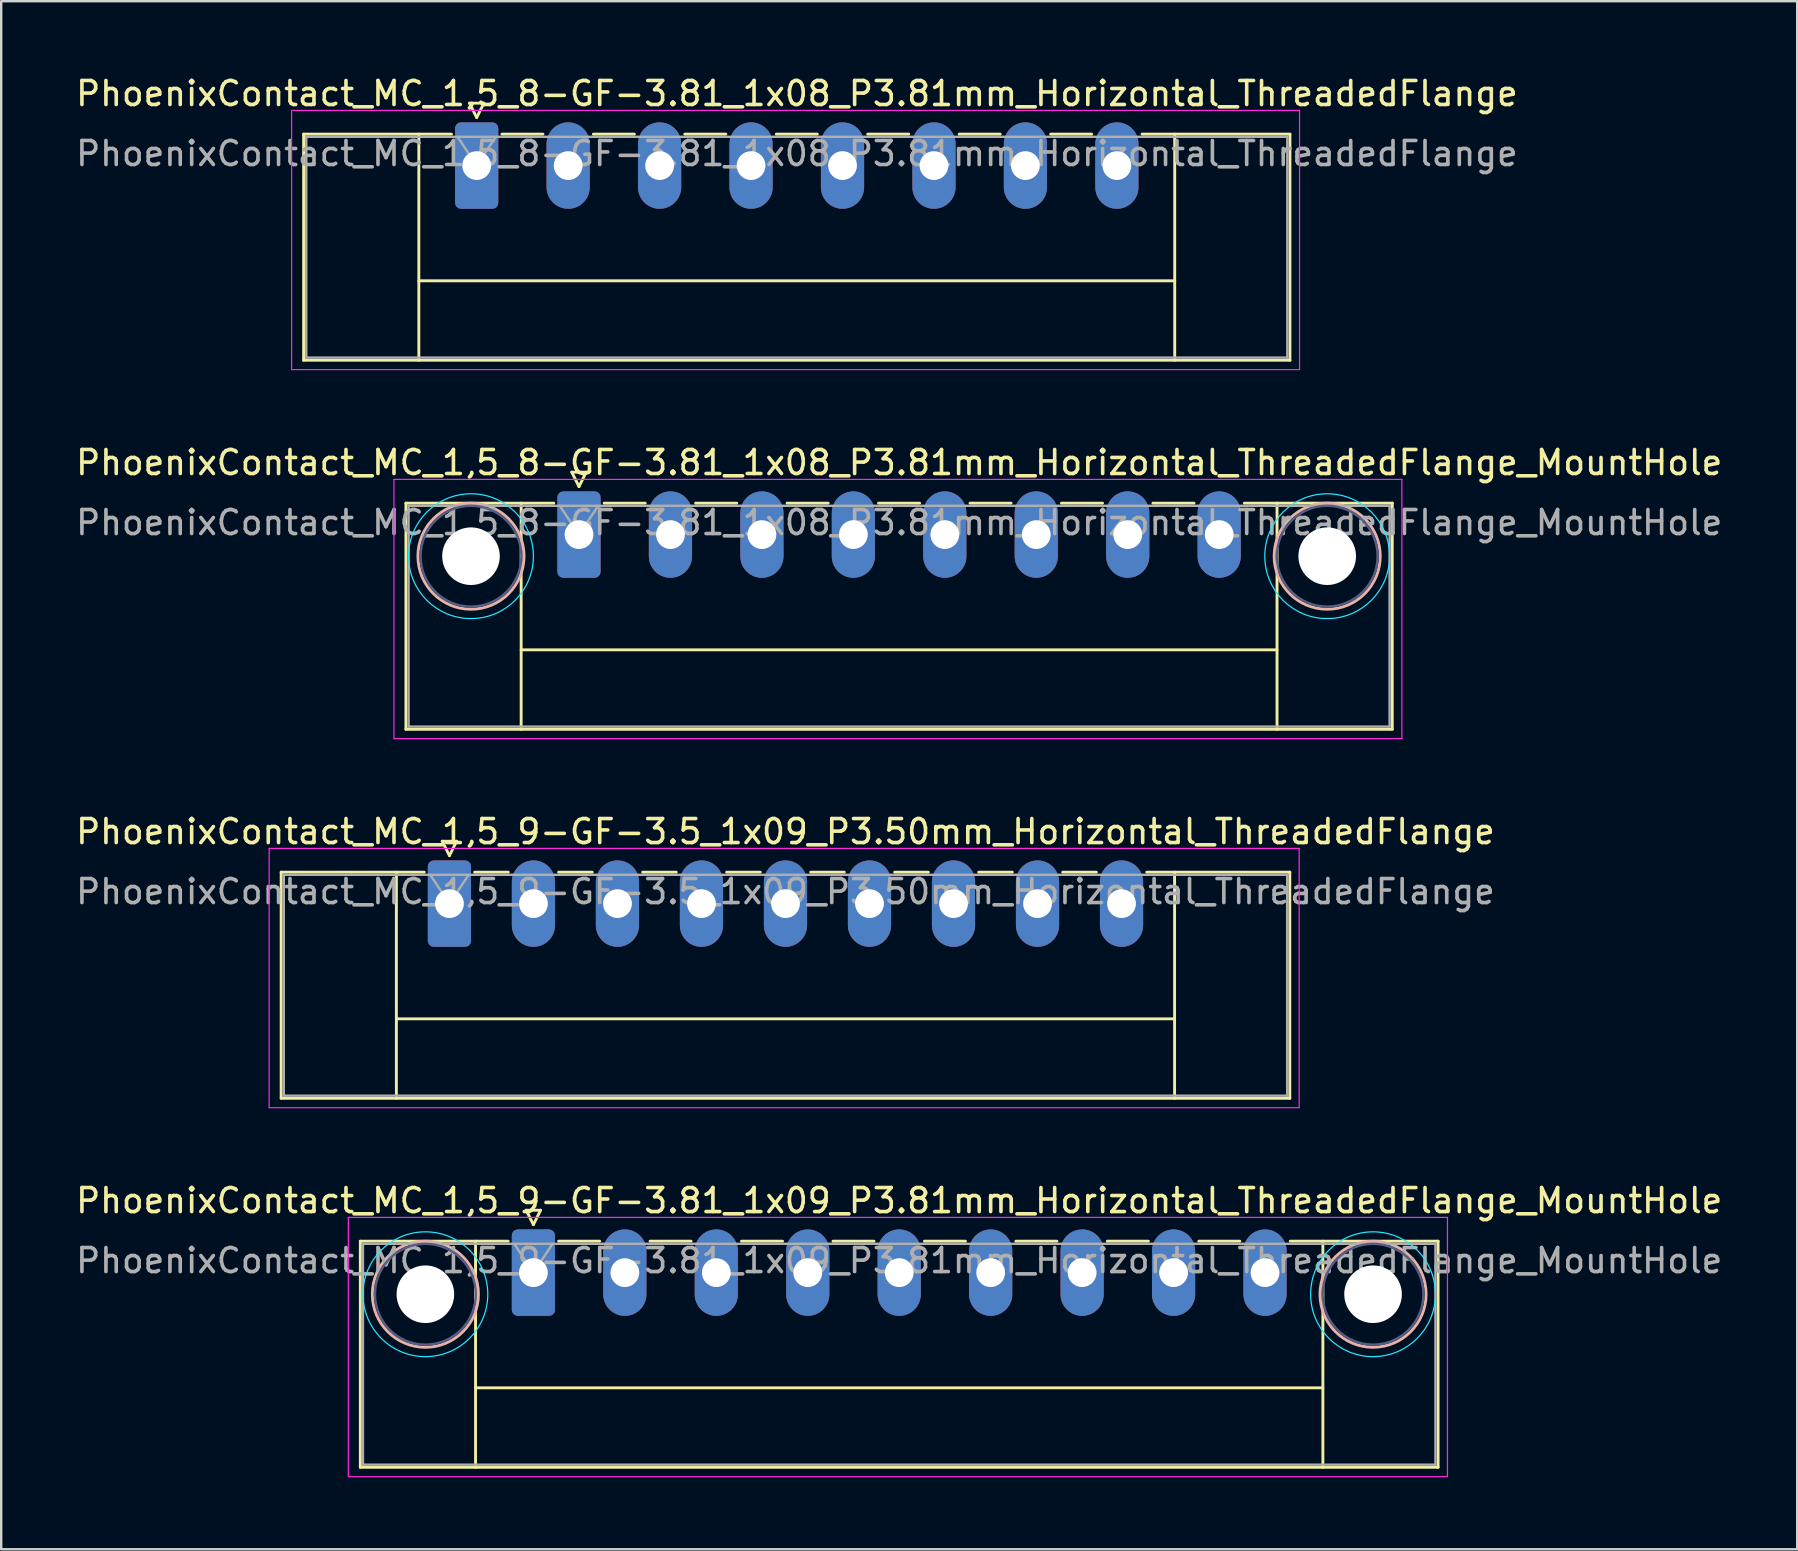
<source format=kicad_pcb>
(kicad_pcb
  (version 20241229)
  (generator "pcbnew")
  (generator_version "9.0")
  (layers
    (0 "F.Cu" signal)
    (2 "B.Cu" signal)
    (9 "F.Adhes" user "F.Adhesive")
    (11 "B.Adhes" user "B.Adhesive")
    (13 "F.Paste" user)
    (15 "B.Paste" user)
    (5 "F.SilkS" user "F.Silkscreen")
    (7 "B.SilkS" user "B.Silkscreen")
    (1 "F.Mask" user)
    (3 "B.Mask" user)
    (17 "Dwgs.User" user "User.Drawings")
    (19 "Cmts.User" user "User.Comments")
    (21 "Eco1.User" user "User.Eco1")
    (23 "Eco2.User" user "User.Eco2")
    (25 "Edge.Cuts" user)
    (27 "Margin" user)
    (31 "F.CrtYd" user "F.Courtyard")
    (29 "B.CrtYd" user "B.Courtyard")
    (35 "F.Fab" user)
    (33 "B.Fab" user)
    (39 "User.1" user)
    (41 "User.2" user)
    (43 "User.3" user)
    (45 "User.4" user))
  (footprint "PhoenixContact_MC_1,5_9-GF-3.81_1x09_P3.81mm_Horizontal_ThreadedFlange_MountHole"
    (layer "F.Cu")
    (at 19.171 49.968)
    (property "Reference" "PhoenixContact_MC_1,5_9-GF-3.81_1x09_P3.81mm_Horizontal_ThreadedFlange_MountHole" (at 15.24 -3 0) (layer "F.SilkS") (effects (font (size 1 1) (thickness 0.15))))
    (attr through_hole)
    (fp_line (start -7.21 -1.31) (end -7.21 8.11) (stroke (width 0.12) (type solid)) (layer "F.SilkS"))
    (fp_line (start -7.21 -1.31) (end -1.05 -1.31) (stroke (width 0.12) (type solid)) (layer "F.SilkS"))
    (fp_line (start -7.21 8.11) (end 37.69 8.11) (stroke (width 0.12) (type solid)) (layer "F.SilkS"))
    (fp_line (start -2.41 -1.31) (end -2.41 8.11) (stroke (width 0.12) (type solid)) (layer "F.SilkS"))
    (fp_line (start -2.41 4.8) (end 32.89 4.8) (stroke (width 0.12) (type solid)) (layer "F.SilkS"))
    (fp_line (start -0.3 -2.6) (end 0.3 -2.6) (stroke (width 0.12) (type solid)) (layer "F.SilkS"))
    (fp_line (start 0 -2) (end -0.3 -2.6) (stroke (width 0.12) (type solid)) (layer "F.SilkS"))
    (fp_line (start 0.3 -2.6) (end 0 -2) (stroke (width 0.12) (type solid)) (layer "F.SilkS"))
    (fp_line (start 1.05 -1.31) (end 2.76 -1.31) (stroke (width 0.12) (type solid)) (layer "F.SilkS"))
    (fp_line (start 4.86 -1.31) (end 6.57 -1.31) (stroke (width 0.12) (type solid)) (layer "F.SilkS"))
    (fp_line (start 8.67 -1.31) (end 10.38 -1.31) (stroke (width 0.12) (type solid)) (layer "F.SilkS"))
    (fp_line (start 12.48 -1.31) (end 14.19 -1.31) (stroke (width 0.12) (type solid)) (layer "F.SilkS"))
    (fp_line (start 16.29 -1.31) (end 18 -1.31) (stroke (width 0.12) (type solid)) (layer "F.SilkS"))
    (fp_line (start 20.1 -1.31) (end 21.81 -1.31) (stroke (width 0.12) (type solid)) (layer "F.SilkS"))
    (fp_line (start 23.91 -1.31) (end 25.62 -1.31) (stroke (width 0.12) (type solid)) (layer "F.SilkS"))
    (fp_line (start 27.72 -1.31) (end 29.43 -1.31) (stroke (width 0.12) (type solid)) (layer "F.SilkS"))
    (fp_line (start 32.89 -1.31) (end 32.89 8.11) (stroke (width 0.12) (type solid)) (layer "F.SilkS"))
    (fp_line (start 37.69 -1.31) (end 31.53 -1.31) (stroke (width 0.12) (type solid)) (layer "F.SilkS"))
    (fp_line (start 37.69 8.11) (end 37.69 -1.31) (stroke (width 0.12) (type solid)) (layer "F.SilkS"))
    (fp_circle (center -4.5 0.9) (end -2.29 0.9) (stroke (width 0.12) (type solid)) (fill no) (layer "B.SilkS"))
    (fp_circle (center 34.98 0.9) (end 37.19 0.9) (stroke (width 0.12) (type solid)) (fill no) (layer "B.SilkS"))
    (fp_circle (center -4.5 0.9) (end -1.9 0.9) (stroke (width 0.05) (type solid)) (fill no) (layer "B.CrtYd"))
    (fp_circle (center 34.98 0.9) (end 37.58 0.9) (stroke (width 0.05) (type solid)) (fill no) (layer "B.CrtYd"))
    (fp_line (start -7.71 -2.3) (end -7.71 8.5) (stroke (width 0.05) (type solid)) (layer "F.CrtYd"))
    (fp_line (start -7.71 8.5) (end 38.08 8.5) (stroke (width 0.05) (type solid)) (layer "F.CrtYd"))
    (fp_line (start 38.08 -2.3) (end -7.71 -2.3) (stroke (width 0.05) (type solid)) (layer "F.CrtYd"))
    (fp_line (start 38.08 8.5) (end 38.08 -2.3) (stroke (width 0.05) (type solid)) (layer "F.CrtYd"))
    (fp_circle (center -4.5 0.9) (end -2.4 0.9) (stroke (width 0.1) (type solid)) (fill no) (layer "B.Fab"))
    (fp_circle (center 34.98 0.9) (end 37.08 0.9) (stroke (width 0.1) (type solid)) (fill no) (layer "B.Fab"))
    (fp_line (start -7.1 -1.2) (end -7.1 8) (stroke (width 0.1) (type solid)) (layer "F.Fab"))
    (fp_line (start -7.1 8) (end 37.58 8) (stroke (width 0.1) (type solid)) (layer "F.Fab"))
    (fp_line (start 0 0) (end -0.8 -1.2) (stroke (width 0.1) (type solid)) (layer "F.Fab"))
    (fp_line (start 0.8 -1.2) (end 0 0) (stroke (width 0.1) (type solid)) (layer "F.Fab"))
    (fp_line (start 37.58 -1.2) (end -7.1 -1.2) (stroke (width 0.1) (type solid)) (layer "F.Fab"))
    (fp_line (start 37.58 8) (end 37.58 -1.2) (stroke (width 0.1) (type solid)) (layer "F.Fab"))
    (fp_text user "${REFERENCE}" (at 15.24 -0.5 0) (layer "F.Fab") (effects (font (size 1 1) (thickness 0.15))))
    (pad "" np_thru_hole circle (at -4.5 0.9) (size 2.4 2.4) (drill 2.4) (layers "*.Cu" "*.Mask"))
    (pad "" np_thru_hole circle (at 34.98 0.9) (size 2.4 2.4) (drill 2.4) (layers "*.Cu" "*.Mask"))
    (pad "1" thru_hole roundrect (at 0 0) (size 1.8 3.6) (drill 1.2) (layers "*.Cu" "*.Mask") (roundrect_rratio 0.139))
    (pad "2" thru_hole oval (at 3.81 0) (size 1.8 3.6) (drill 1.2) (layers "*.Cu" "*.Mask"))
    (pad "3" thru_hole oval (at 7.62 0) (size 1.8 3.6) (drill 1.2) (layers "*.Cu" "*.Mask"))
    (pad "4" thru_hole oval (at 11.43 0) (size 1.8 3.6) (drill 1.2) (layers "*.Cu" "*.Mask"))
    (pad "5" thru_hole oval (at 15.24 0) (size 1.8 3.6) (drill 1.2) (layers "*.Cu" "*.Mask"))
    (pad "6" thru_hole oval (at 19.05 0) (size 1.8 3.6) (drill 1.2) (layers "*.Cu" "*.Mask"))
    (pad "7" thru_hole oval (at 22.86 0) (size 1.8 3.6) (drill 1.2) (layers "*.Cu" "*.Mask"))
    (pad "8" thru_hole oval (at 26.67 0) (size 1.8 3.6) (drill 1.2) (layers "*.Cu" "*.Mask"))
    (pad "9" thru_hole oval (at 30.48 0) (size 1.8 3.6) (drill 1.2) (layers "*.Cu" "*.Mask")))
  (footprint "PhoenixContact_MC_1,5_9-GF-3.5_1x09_P3.50mm_Horizontal_ThreadedFlange"
    (layer "F.Cu")
    (at 15.673 34.595)
    (property "Reference" "PhoenixContact_MC_1,5_9-GF-3.5_1x09_P3.50mm_Horizontal_ThreadedFlange" (at 14 -3 0) (layer "F.SilkS") (effects (font (size 1 1) (thickness 0.15))))
    (attr through_hole)
    (fp_line (start -7.01 -1.31) (end -7.01 8.11) (stroke (width 0.12) (type solid)) (layer "F.SilkS"))
    (fp_line (start -7.01 -1.31) (end -1.05 -1.31) (stroke (width 0.12) (type solid)) (layer "F.SilkS"))
    (fp_line (start -7.01 8.11) (end 35.01 8.11) (stroke (width 0.12) (type solid)) (layer "F.SilkS"))
    (fp_line (start -2.21 -1.31) (end -2.21 8.11) (stroke (width 0.12) (type solid)) (layer "F.SilkS"))
    (fp_line (start -2.21 4.8) (end 30.21 4.8) (stroke (width 0.12) (type solid)) (layer "F.SilkS"))
    (fp_line (start -0.3 -2.6) (end 0.3 -2.6) (stroke (width 0.12) (type solid)) (layer "F.SilkS"))
    (fp_line (start 0 -2) (end -0.3 -2.6) (stroke (width 0.12) (type solid)) (layer "F.SilkS"))
    (fp_line (start 0.3 -2.6) (end 0 -2) (stroke (width 0.12) (type solid)) (layer "F.SilkS"))
    (fp_line (start 1.05 -1.31) (end 2.45 -1.31) (stroke (width 0.12) (type solid)) (layer "F.SilkS"))
    (fp_line (start 4.55 -1.31) (end 5.95 -1.31) (stroke (width 0.12) (type solid)) (layer "F.SilkS"))
    (fp_line (start 8.05 -1.31) (end 9.45 -1.31) (stroke (width 0.12) (type solid)) (layer "F.SilkS"))
    (fp_line (start 11.55 -1.31) (end 12.95 -1.31) (stroke (width 0.12) (type solid)) (layer "F.SilkS"))
    (fp_line (start 15.05 -1.31) (end 16.45 -1.31) (stroke (width 0.12) (type solid)) (layer "F.SilkS"))
    (fp_line (start 18.55 -1.31) (end 19.95 -1.31) (stroke (width 0.12) (type solid)) (layer "F.SilkS"))
    (fp_line (start 22.05 -1.31) (end 23.45 -1.31) (stroke (width 0.12) (type solid)) (layer "F.SilkS"))
    (fp_line (start 25.55 -1.31) (end 26.95 -1.31) (stroke (width 0.12) (type solid)) (layer "F.SilkS"))
    (fp_line (start 30.21 -1.31) (end 30.21 8.11) (stroke (width 0.12) (type solid)) (layer "F.SilkS"))
    (fp_line (start 35.01 -1.31) (end 29.05 -1.31) (stroke (width 0.12) (type solid)) (layer "F.SilkS"))
    (fp_line (start 35.01 8.11) (end 35.01 -1.31) (stroke (width 0.12) (type solid)) (layer "F.SilkS"))
    (fp_line (start -7.51 -2.3) (end -7.51 8.5) (stroke (width 0.05) (type solid)) (layer "F.CrtYd"))
    (fp_line (start -7.51 8.5) (end 35.4 8.5) (stroke (width 0.05) (type solid)) (layer "F.CrtYd"))
    (fp_line (start 35.4 -2.3) (end -7.51 -2.3) (stroke (width 0.05) (type solid)) (layer "F.CrtYd"))
    (fp_line (start 35.4 8.5) (end 35.4 -2.3) (stroke (width 0.05) (type solid)) (layer "F.CrtYd"))
    (fp_line (start -6.9 -1.2) (end -6.9 8) (stroke (width 0.1) (type solid)) (layer "F.Fab"))
    (fp_line (start -6.9 8) (end 34.9 8) (stroke (width 0.1) (type solid)) (layer "F.Fab"))
    (fp_line (start 0 0) (end -0.8 -1.2) (stroke (width 0.1) (type solid)) (layer "F.Fab"))
    (fp_line (start 0.8 -1.2) (end 0 0) (stroke (width 0.1) (type solid)) (layer "F.Fab"))
    (fp_line (start 34.9 -1.2) (end -6.9 -1.2) (stroke (width 0.1) (type solid)) (layer "F.Fab"))
    (fp_line (start 34.9 8) (end 34.9 -1.2) (stroke (width 0.1) (type solid)) (layer "F.Fab"))
    (fp_text user "${REFERENCE}" (at 14 -0.5 0) (layer "F.Fab") (effects (font (size 1 1) (thickness 0.15))))
    (pad "1" thru_hole roundrect (at 0 0) (size 1.8 3.6) (drill 1.2) (layers "*.Cu" "*.Mask") (roundrect_rratio 0.139))
    (pad "2" thru_hole oval (at 3.5 0) (size 1.8 3.6) (drill 1.2) (layers "*.Cu" "*.Mask"))
    (pad "3" thru_hole oval (at 7 0) (size 1.8 3.6) (drill 1.2) (layers "*.Cu" "*.Mask"))
    (pad "4" thru_hole oval (at 10.5 0) (size 1.8 3.6) (drill 1.2) (layers "*.Cu" "*.Mask"))
    (pad "5" thru_hole oval (at 14 0) (size 1.8 3.6) (drill 1.2) (layers "*.Cu" "*.Mask"))
    (pad "6" thru_hole oval (at 17.5 0) (size 1.8 3.6) (drill 1.2) (layers "*.Cu" "*.Mask"))
    (pad "7" thru_hole oval (at 21 0) (size 1.8 3.6) (drill 1.2) (layers "*.Cu" "*.Mask"))
    (pad "8" thru_hole oval (at 24.5 0) (size 1.8 3.6) (drill 1.2) (layers "*.Cu" "*.Mask"))
    (pad "9" thru_hole oval (at 28 0) (size 1.8 3.6) (drill 1.2) (layers "*.Cu" "*.Mask")))
  (footprint "PhoenixContact_MC_1,5_8-GF-3.81_1x08_P3.81mm_Horizontal_ThreadedFlange_MountHole"
    (layer "F.Cu")
    (at 21.071 19.221)
    (property "Reference" "PhoenixContact_MC_1,5_8-GF-3.81_1x08_P3.81mm_Horizontal_ThreadedFlange_MountHole" (at 13.34 -3 0) (layer "F.SilkS") (effects (font (size 1 1) (thickness 0.15))))
    (attr through_hole)
    (fp_line (start -7.21 -1.31) (end -7.21 8.11) (stroke (width 0.12) (type solid)) (layer "F.SilkS"))
    (fp_line (start -7.21 -1.31) (end -1.05 -1.31) (stroke (width 0.12) (type solid)) (layer "F.SilkS"))
    (fp_line (start -7.21 8.11) (end 33.88 8.11) (stroke (width 0.12) (type solid)) (layer "F.SilkS"))
    (fp_line (start -2.41 -1.31) (end -2.41 8.11) (stroke (width 0.12) (type solid)) (layer "F.SilkS"))
    (fp_line (start -2.41 4.8) (end 29.08 4.8) (stroke (width 0.12) (type solid)) (layer "F.SilkS"))
    (fp_line (start -0.3 -2.6) (end 0.3 -2.6) (stroke (width 0.12) (type solid)) (layer "F.SilkS"))
    (fp_line (start 0 -2) (end -0.3 -2.6) (stroke (width 0.12) (type solid)) (layer "F.SilkS"))
    (fp_line (start 0.3 -2.6) (end 0 -2) (stroke (width 0.12) (type solid)) (layer "F.SilkS"))
    (fp_line (start 1.05 -1.31) (end 2.76 -1.31) (stroke (width 0.12) (type solid)) (layer "F.SilkS"))
    (fp_line (start 4.86 -1.31) (end 6.57 -1.31) (stroke (width 0.12) (type solid)) (layer "F.SilkS"))
    (fp_line (start 8.67 -1.31) (end 10.38 -1.31) (stroke (width 0.12) (type solid)) (layer "F.SilkS"))
    (fp_line (start 12.48 -1.31) (end 14.19 -1.31) (stroke (width 0.12) (type solid)) (layer "F.SilkS"))
    (fp_line (start 16.29 -1.31) (end 18 -1.31) (stroke (width 0.12) (type solid)) (layer "F.SilkS"))
    (fp_line (start 20.1 -1.31) (end 21.81 -1.31) (stroke (width 0.12) (type solid)) (layer "F.SilkS"))
    (fp_line (start 23.91 -1.31) (end 25.62 -1.31) (stroke (width 0.12) (type solid)) (layer "F.SilkS"))
    (fp_line (start 29.08 -1.31) (end 29.08 8.11) (stroke (width 0.12) (type solid)) (layer "F.SilkS"))
    (fp_line (start 33.88 -1.31) (end 27.72 -1.31) (stroke (width 0.12) (type solid)) (layer "F.SilkS"))
    (fp_line (start 33.88 8.11) (end 33.88 -1.31) (stroke (width 0.12) (type solid)) (layer "F.SilkS"))
    (fp_circle (center -4.5 0.9) (end -2.29 0.9) (stroke (width 0.12) (type solid)) (fill no) (layer "B.SilkS"))
    (fp_circle (center 31.17 0.9) (end 33.38 0.9) (stroke (width 0.12) (type solid)) (fill no) (layer "B.SilkS"))
    (fp_circle (center -4.5 0.9) (end -1.9 0.9) (stroke (width 0.05) (type solid)) (fill no) (layer "B.CrtYd"))
    (fp_circle (center 31.17 0.9) (end 33.77 0.9) (stroke (width 0.05) (type solid)) (fill no) (layer "B.CrtYd"))
    (fp_line (start -7.71 -2.3) (end -7.71 8.5) (stroke (width 0.05) (type solid)) (layer "F.CrtYd"))
    (fp_line (start -7.71 8.5) (end 34.28 8.5) (stroke (width 0.05) (type solid)) (layer "F.CrtYd"))
    (fp_line (start 34.28 -2.3) (end -7.71 -2.3) (stroke (width 0.05) (type solid)) (layer "F.CrtYd"))
    (fp_line (start 34.28 8.5) (end 34.28 -2.3) (stroke (width 0.05) (type solid)) (layer "F.CrtYd"))
    (fp_circle (center -4.5 0.9) (end -2.4 0.9) (stroke (width 0.1) (type solid)) (fill no) (layer "B.Fab"))
    (fp_circle (center 31.17 0.9) (end 33.27 0.9) (stroke (width 0.1) (type solid)) (fill no) (layer "B.Fab"))
    (fp_line (start -7.1 -1.2) (end -7.1 8) (stroke (width 0.1) (type solid)) (layer "F.Fab"))
    (fp_line (start -7.1 8) (end 33.77 8) (stroke (width 0.1) (type solid)) (layer "F.Fab"))
    (fp_line (start 0 0) (end -0.8 -1.2) (stroke (width 0.1) (type solid)) (layer "F.Fab"))
    (fp_line (start 0.8 -1.2) (end 0 0) (stroke (width 0.1) (type solid)) (layer "F.Fab"))
    (fp_line (start 33.77 -1.2) (end -7.1 -1.2) (stroke (width 0.1) (type solid)) (layer "F.Fab"))
    (fp_line (start 33.77 8) (end 33.77 -1.2) (stroke (width 0.1) (type solid)) (layer "F.Fab"))
    (fp_text user "${REFERENCE}" (at 13.34 -0.5 0) (layer "F.Fab") (effects (font (size 1 1) (thickness 0.15))))
    (pad "" np_thru_hole circle (at -4.5 0.9) (size 2.4 2.4) (drill 2.4) (layers "*.Cu" "*.Mask"))
    (pad "" np_thru_hole circle (at 31.17 0.9) (size 2.4 2.4) (drill 2.4) (layers "*.Cu" "*.Mask"))
    (pad "1" thru_hole roundrect (at 0 0) (size 1.8 3.6) (drill 1.2) (layers "*.Cu" "*.Mask") (roundrect_rratio 0.139))
    (pad "2" thru_hole oval (at 3.81 0) (size 1.8 3.6) (drill 1.2) (layers "*.Cu" "*.Mask"))
    (pad "3" thru_hole oval (at 7.62 0) (size 1.8 3.6) (drill 1.2) (layers "*.Cu" "*.Mask"))
    (pad "4" thru_hole oval (at 11.43 0) (size 1.8 3.6) (drill 1.2) (layers "*.Cu" "*.Mask"))
    (pad "5" thru_hole oval (at 15.24 0) (size 1.8 3.6) (drill 1.2) (layers "*.Cu" "*.Mask"))
    (pad "6" thru_hole oval (at 19.05 0) (size 1.8 3.6) (drill 1.2) (layers "*.Cu" "*.Mask"))
    (pad "7" thru_hole oval (at 22.86 0) (size 1.8 3.6) (drill 1.2) (layers "*.Cu" "*.Mask"))
    (pad "8" thru_hole oval (at 26.67 0) (size 1.8 3.6) (drill 1.2) (layers "*.Cu" "*.Mask")))
  (footprint "PhoenixContact_MC_1,5_8-GF-3.81_1x08_P3.81mm_Horizontal_ThreadedFlange"
    (layer "F.Cu")
    (at 16.809 3.848)
    (property "Reference" "PhoenixContact_MC_1,5_8-GF-3.81_1x08_P3.81mm_Horizontal_ThreadedFlange" (at 13.34 -3 0) (layer "F.SilkS") (effects (font (size 1 1) (thickness 0.15))))
    (attr through_hole)
    (fp_line (start -7.21 -1.31) (end -7.21 8.11) (stroke (width 0.12) (type solid)) (layer "F.SilkS"))
    (fp_line (start -7.21 -1.31) (end -1.05 -1.31) (stroke (width 0.12) (type solid)) (layer "F.SilkS"))
    (fp_line (start -7.21 8.11) (end 33.88 8.11) (stroke (width 0.12) (type solid)) (layer "F.SilkS"))
    (fp_line (start -2.41 -1.31) (end -2.41 8.11) (stroke (width 0.12) (type solid)) (layer "F.SilkS"))
    (fp_line (start -2.41 4.8) (end 29.08 4.8) (stroke (width 0.12) (type solid)) (layer "F.SilkS"))
    (fp_line (start -0.3 -2.6) (end 0.3 -2.6) (stroke (width 0.12) (type solid)) (layer "F.SilkS"))
    (fp_line (start 0 -2) (end -0.3 -2.6) (stroke (width 0.12) (type solid)) (layer "F.SilkS"))
    (fp_line (start 0.3 -2.6) (end 0 -2) (stroke (width 0.12) (type solid)) (layer "F.SilkS"))
    (fp_line (start 1.05 -1.31) (end 2.76 -1.31) (stroke (width 0.12) (type solid)) (layer "F.SilkS"))
    (fp_line (start 4.86 -1.31) (end 6.57 -1.31) (stroke (width 0.12) (type solid)) (layer "F.SilkS"))
    (fp_line (start 8.67 -1.31) (end 10.38 -1.31) (stroke (width 0.12) (type solid)) (layer "F.SilkS"))
    (fp_line (start 12.48 -1.31) (end 14.19 -1.31) (stroke (width 0.12) (type solid)) (layer "F.SilkS"))
    (fp_line (start 16.29 -1.31) (end 18 -1.31) (stroke (width 0.12) (type solid)) (layer "F.SilkS"))
    (fp_line (start 20.1 -1.31) (end 21.81 -1.31) (stroke (width 0.12) (type solid)) (layer "F.SilkS"))
    (fp_line (start 23.91 -1.31) (end 25.62 -1.31) (stroke (width 0.12) (type solid)) (layer "F.SilkS"))
    (fp_line (start 29.08 -1.31) (end 29.08 8.11) (stroke (width 0.12) (type solid)) (layer "F.SilkS"))
    (fp_line (start 33.88 -1.31) (end 27.72 -1.31) (stroke (width 0.12) (type solid)) (layer "F.SilkS"))
    (fp_line (start 33.88 8.11) (end 33.88 -1.31) (stroke (width 0.12) (type solid)) (layer "F.SilkS"))
    (fp_line (start -7.71 -2.3) (end -7.71 8.5) (stroke (width 0.05) (type solid)) (layer "F.CrtYd"))
    (fp_line (start -7.71 8.5) (end 34.28 8.5) (stroke (width 0.05) (type solid)) (layer "F.CrtYd"))
    (fp_line (start 34.28 -2.3) (end -7.71 -2.3) (stroke (width 0.05) (type solid)) (layer "F.CrtYd"))
    (fp_line (start 34.28 8.5) (end 34.28 -2.3) (stroke (width 0.05) (type solid)) (layer "F.CrtYd"))
    (fp_line (start -7.1 -1.2) (end -7.1 8) (stroke (width 0.1) (type solid)) (layer "F.Fab"))
    (fp_line (start -7.1 8) (end 33.77 8) (stroke (width 0.1) (type solid)) (layer "F.Fab"))
    (fp_line (start 0 0) (end -0.8 -1.2) (stroke (width 0.1) (type solid)) (layer "F.Fab"))
    (fp_line (start 0.8 -1.2) (end 0 0) (stroke (width 0.1) (type solid)) (layer "F.Fab"))
    (fp_line (start 33.77 -1.2) (end -7.1 -1.2) (stroke (width 0.1) (type solid)) (layer "F.Fab"))
    (fp_line (start 33.77 8) (end 33.77 -1.2) (stroke (width 0.1) (type solid)) (layer "F.Fab"))
    (fp_text user "${REFERENCE}" (at 13.34 -0.5 0) (layer "F.Fab") (effects (font (size 1 1) (thickness 0.15))))
    (pad "1" thru_hole roundrect (at 0 0) (size 1.8 3.6) (drill 1.2) (layers "*.Cu" "*.Mask") (roundrect_rratio 0.139))
    (pad "2" thru_hole oval (at 3.81 0) (size 1.8 3.6) (drill 1.2) (layers "*.Cu" "*.Mask"))
    (pad "3" thru_hole oval (at 7.62 0) (size 1.8 3.6) (drill 1.2) (layers "*.Cu" "*.Mask"))
    (pad "4" thru_hole oval (at 11.43 0) (size 1.8 3.6) (drill 1.2) (layers "*.Cu" "*.Mask"))
    (pad "5" thru_hole oval (at 15.24 0) (size 1.8 3.6) (drill 1.2) (layers "*.Cu" "*.Mask"))
    (pad "6" thru_hole oval (at 19.05 0) (size 1.8 3.6) (drill 1.2) (layers "*.Cu" "*.Mask"))
    (pad "7" thru_hole oval (at 22.86 0) (size 1.8 3.6) (drill 1.2) (layers "*.Cu" "*.Mask"))
    (pad "8" thru_hole oval (at 26.67 0) (size 1.8 3.6) (drill 1.2) (layers "*.Cu" "*.Mask")))
  (gr_rect
    (start -3 -3)
    (end 71.821 61.493)
    (stroke (width 0.1) (type default))
    (fill no)
    (layer "Edge.Cuts")))
</source>
